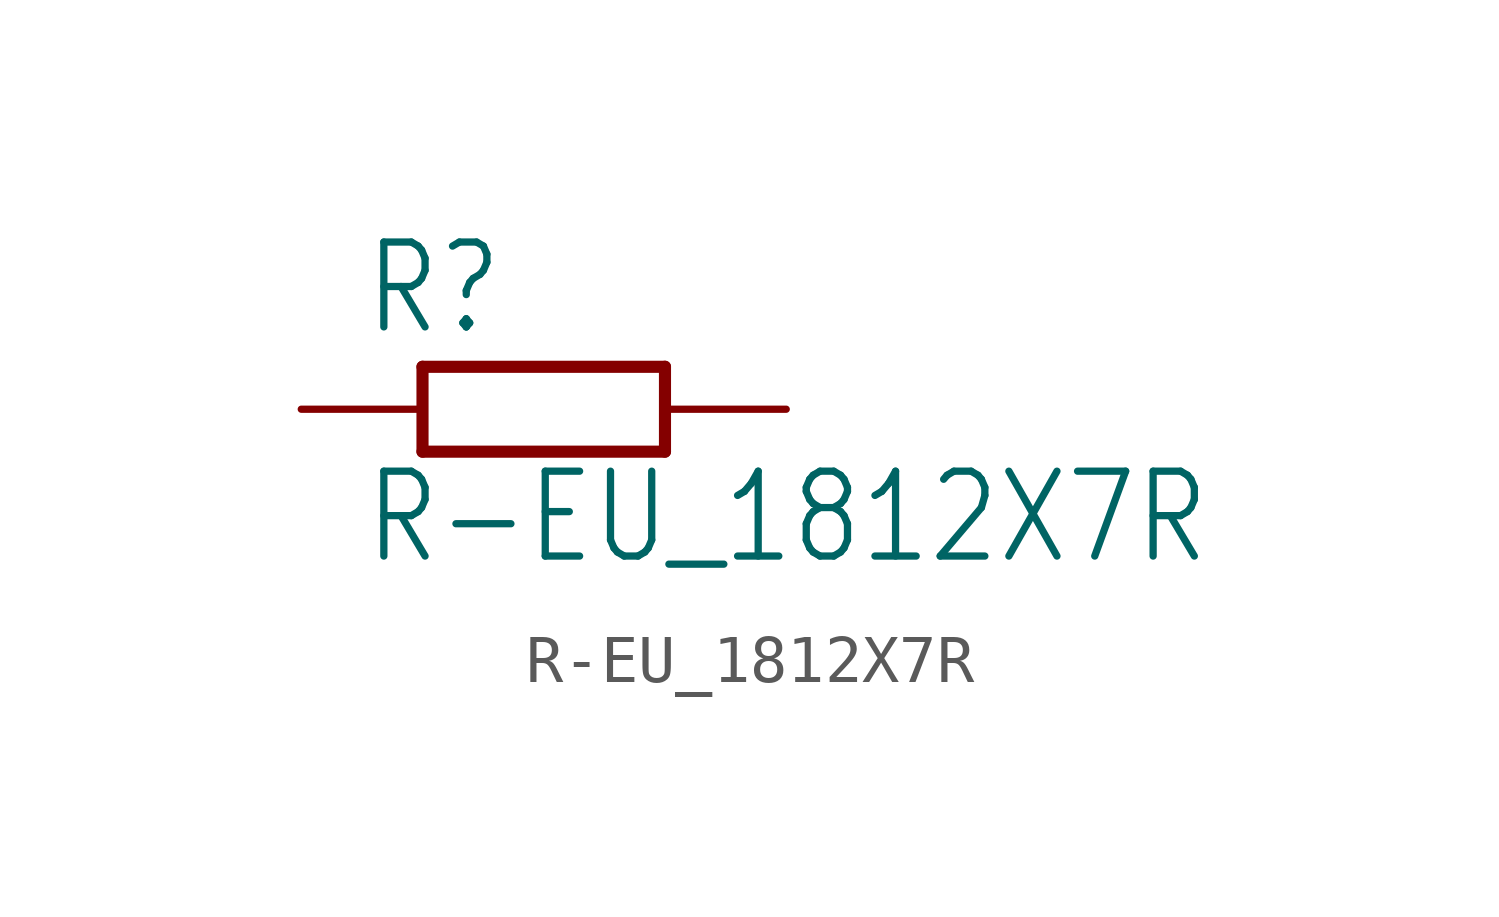
<source format=kicad_sym>
(kicad_symbol_lib
  (version 20210619)
  (generator kicad_symbol_editor)
  (symbol "R-EU_1812X7R"
    (property "Reference" "R"
      (at -3.81 1.499 0)
      (effects (font (size 1.778 1.511)) (justify left bottom)))
    (property "Value" "R-EU_1812X7R"
      (at -3.81 -3.302 0)
      (effects (font (size 1.778 1.511)) (justify left bottom)))
    (property "ki_locked" ""
      (at 0 0 0)
      (effects (font (size 1.27 1.27))))
    (symbol "R-EU_1812X7R_1_0"
      (polyline (pts (xy -2.54 -0.889) (xy -2.54 0.889)) (stroke (width 0.254)) (fill (type none)))
      (polyline (pts (xy -2.54 -0.889) (xy 2.54 -0.889)) (stroke (width 0.254)) (fill (type none)))
      (polyline (pts (xy 2.54 -0.889) (xy 2.54 0.889)) (stroke (width 0.254)) (fill (type none)))
      (polyline (pts (xy 2.54 0.889) (xy -2.54 0.889)) (stroke (width 0.254)) (fill (type none)))
      (pin passive line (at -5.08 0 0) (length 2.54) (name "1" (effects (font (size 0 0)))) (number "1" (effects (font (size 0 0)))))
      (pin passive line (at 5.08 0 180) (length 2.54) (name "2" (effects (font (size 0 0)))) (number "2" (effects (font (size 0 0))))))))
</source>
